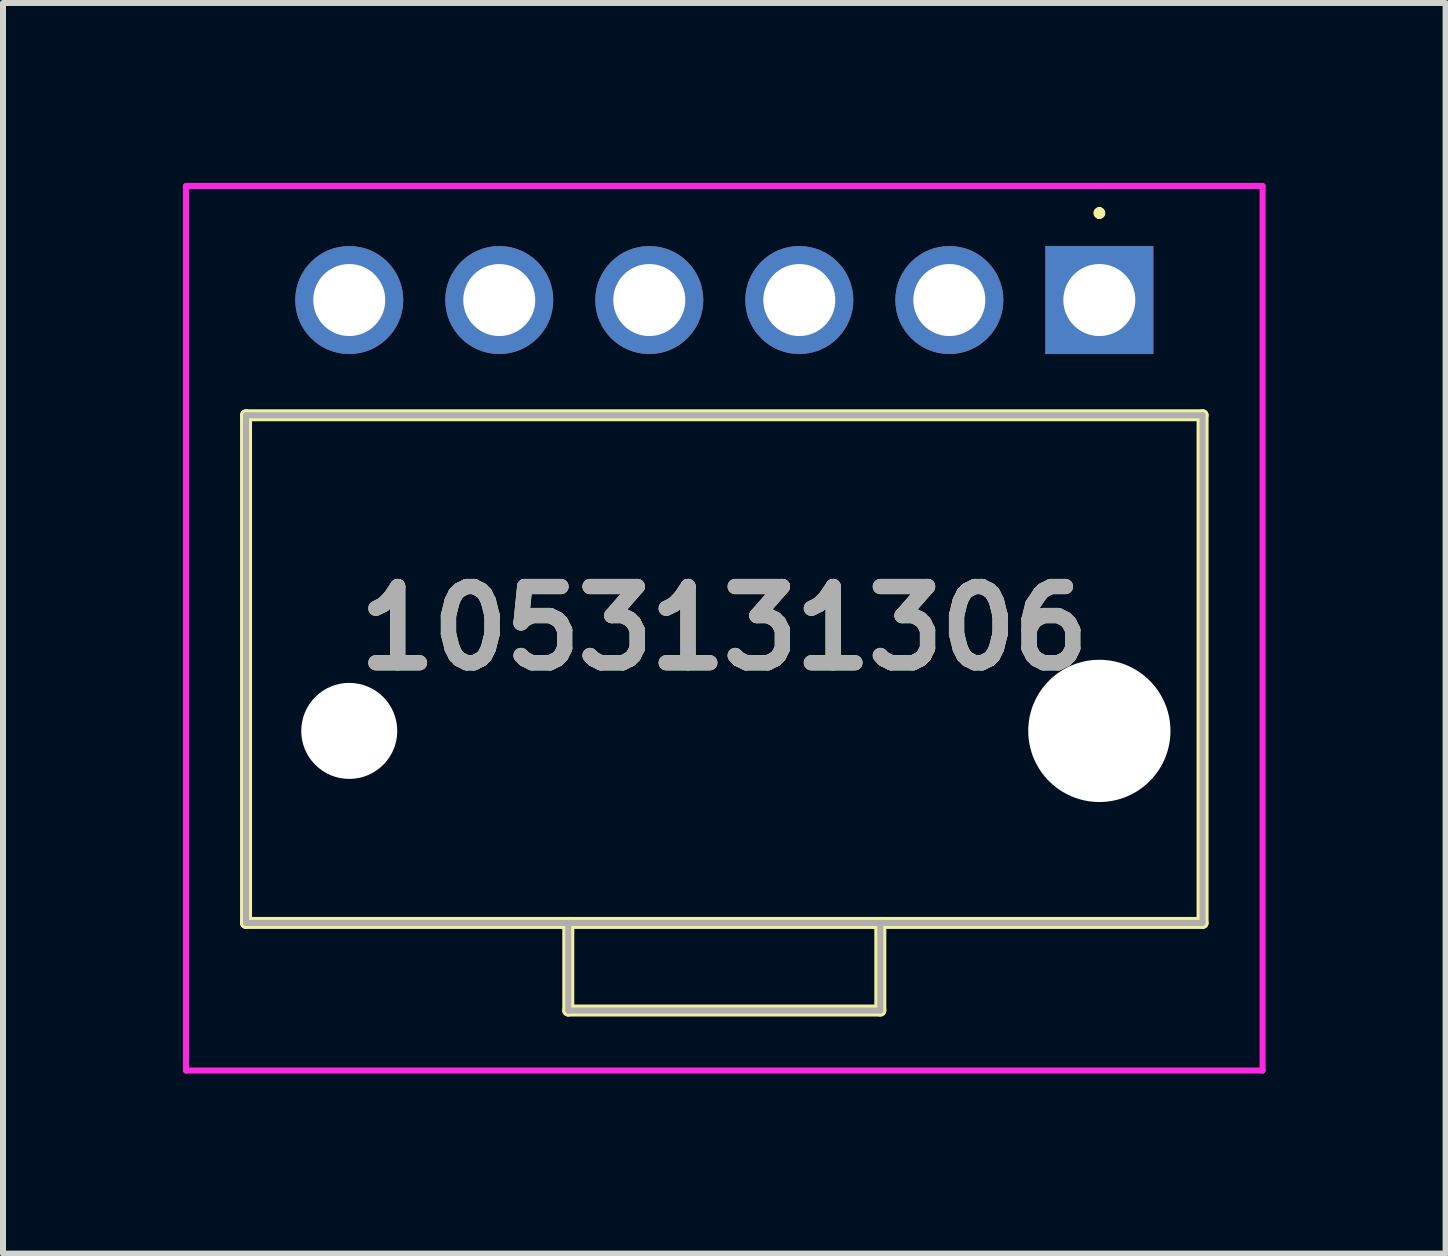
<source format=kicad_pcb>
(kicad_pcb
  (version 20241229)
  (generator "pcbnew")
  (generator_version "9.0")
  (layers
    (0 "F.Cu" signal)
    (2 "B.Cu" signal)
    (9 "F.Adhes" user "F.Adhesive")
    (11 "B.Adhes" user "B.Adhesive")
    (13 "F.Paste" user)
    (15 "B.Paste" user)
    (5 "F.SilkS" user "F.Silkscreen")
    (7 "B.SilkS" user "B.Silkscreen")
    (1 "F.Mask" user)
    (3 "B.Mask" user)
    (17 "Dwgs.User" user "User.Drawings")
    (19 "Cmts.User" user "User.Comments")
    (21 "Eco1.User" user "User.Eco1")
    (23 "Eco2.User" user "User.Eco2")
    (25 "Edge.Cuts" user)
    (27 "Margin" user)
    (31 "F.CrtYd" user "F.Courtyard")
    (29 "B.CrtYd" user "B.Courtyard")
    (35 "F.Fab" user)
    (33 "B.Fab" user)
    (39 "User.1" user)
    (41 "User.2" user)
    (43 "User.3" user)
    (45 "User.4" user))
  (footprint "1053131306"
    (layer "F.Cu")
    (at 15.27 1.95)
    (property "Reference" "1053131306" (at -6.25 5.47 0) (layer "F.SilkS") (effects (font (size 1.27 1.27) (thickness 0.254))))
    (attr through_hole)
    (fp_line (start -14.22 1.92) (end 1.72 1.92) (stroke (width 0.2) (type solid)) (layer "F.SilkS"))
    (fp_line (start -14.22 10.38) (end -14.22 1.92) (stroke (width 0.2) (type solid)) (layer "F.SilkS"))
    (fp_line (start -8.85 10.38) (end -8.85 11.84) (stroke (width 0.2) (type solid)) (layer "F.SilkS"))
    (fp_line (start -8.85 11.84) (end -3.65 11.84) (stroke (width 0.2) (type solid)) (layer "F.SilkS"))
    (fp_line (start -3.65 11.84) (end -3.65 10.38) (stroke (width 0.2) (type solid)) (layer "F.SilkS"))
    (fp_line (start 0 -1.5) (end 0 -1.5) (stroke (width 0.1) (type solid)) (layer "F.SilkS"))
    (fp_line (start 0 -1.4) (end 0 -1.4) (stroke (width 0.1) (type solid)) (layer "F.SilkS"))
    (fp_line (start 1.72 1.92) (end 1.72 10.38) (stroke (width 0.2) (type solid)) (layer "F.SilkS"))
    (fp_line (start 1.72 10.38) (end -14.22 10.38) (stroke (width 0.2) (type solid)) (layer "F.SilkS"))
    (fp_arc (start 0 -1.5) (mid 0.05 -1.45) (end 0 -1.4) (stroke (width 0.1) (type solid)) (layer "F.SilkS"))
    (fp_arc (start 0 -1.4) (mid -0.05 -1.45) (end 0 -1.5) (stroke (width 0.1) (type solid)) (layer "F.SilkS"))
    (fp_line (start -15.22 -1.9) (end 2.72 -1.9) (stroke (width 0.1) (type solid)) (layer "F.CrtYd"))
    (fp_line (start -15.22 12.84) (end -15.22 -1.9) (stroke (width 0.1) (type solid)) (layer "F.CrtYd"))
    (fp_line (start 2.72 -1.9) (end 2.72 12.84) (stroke (width 0.1) (type solid)) (layer "F.CrtYd"))
    (fp_line (start 2.72 12.84) (end -15.22 12.84) (stroke (width 0.1) (type solid)) (layer "F.CrtYd"))
    (fp_line (start -14.22 1.92) (end 1.72 1.92) (stroke (width 0.1) (type solid)) (layer "F.Fab"))
    (fp_line (start -14.22 10.38) (end -14.22 1.92) (stroke (width 0.1) (type solid)) (layer "F.Fab"))
    (fp_line (start -8.85 10.38) (end -8.85 11.84) (stroke (width 0.1) (type solid)) (layer "F.Fab"))
    (fp_line (start -8.85 11.84) (end -3.65 11.84) (stroke (width 0.1) (type solid)) (layer "F.Fab"))
    (fp_line (start -3.65 11.84) (end -3.65 10.38) (stroke (width 0.1) (type solid)) (layer "F.Fab"))
    (fp_line (start 1.72 1.92) (end 1.72 10.38) (stroke (width 0.1) (type solid)) (layer "F.Fab"))
    (fp_line (start 1.72 10.38) (end -14.22 10.38) (stroke (width 0.1) (type solid)) (layer "F.Fab"))
    (fp_text user "${REFERENCE}" (at -6.25 5.47 0) (layer "F.Fab") (effects (font (size 1.27 1.27) (thickness 0.254))))
    (pad "" np_thru_hole circle (at -12.5 7.18) (size 1.6 1.6) (drill 1.6) (layers "*.Cu" "*.Mask"))
    (pad "" np_thru_hole circle (at 0 7.18) (size 2.37 2.37) (drill 2.37) (layers "*.Cu" "*.Mask"))
    (pad "1" thru_hole rect (at 0 0) (size 1.8 1.8) (drill 1.2) (layers "*.Cu" "*.Mask"))
    (pad "2" thru_hole circle (at -2.5 0) (size 1.8 1.8) (drill 1.2) (layers "*.Cu" "*.Mask"))
    (pad "3" thru_hole circle (at -5 0) (size 1.8 1.8) (drill 1.2) (layers "*.Cu" "*.Mask"))
    (pad "4" thru_hole circle (at -7.5 0) (size 1.8 1.8) (drill 1.2) (layers "*.Cu" "*.Mask"))
    (pad "5" thru_hole circle (at -10 0) (size 1.8 1.8) (drill 1.2) (layers "*.Cu" "*.Mask"))
    (pad "6" thru_hole circle (at -12.5 0) (size 1.8 1.8) (drill 1.2) (layers "*.Cu" "*.Mask")))
  (gr_rect
    (start -3 -3)
    (end 21.04 17.84)
    (stroke (width 0.1) (type default))
    (fill no)
    (layer "Edge.Cuts")))
</source>
